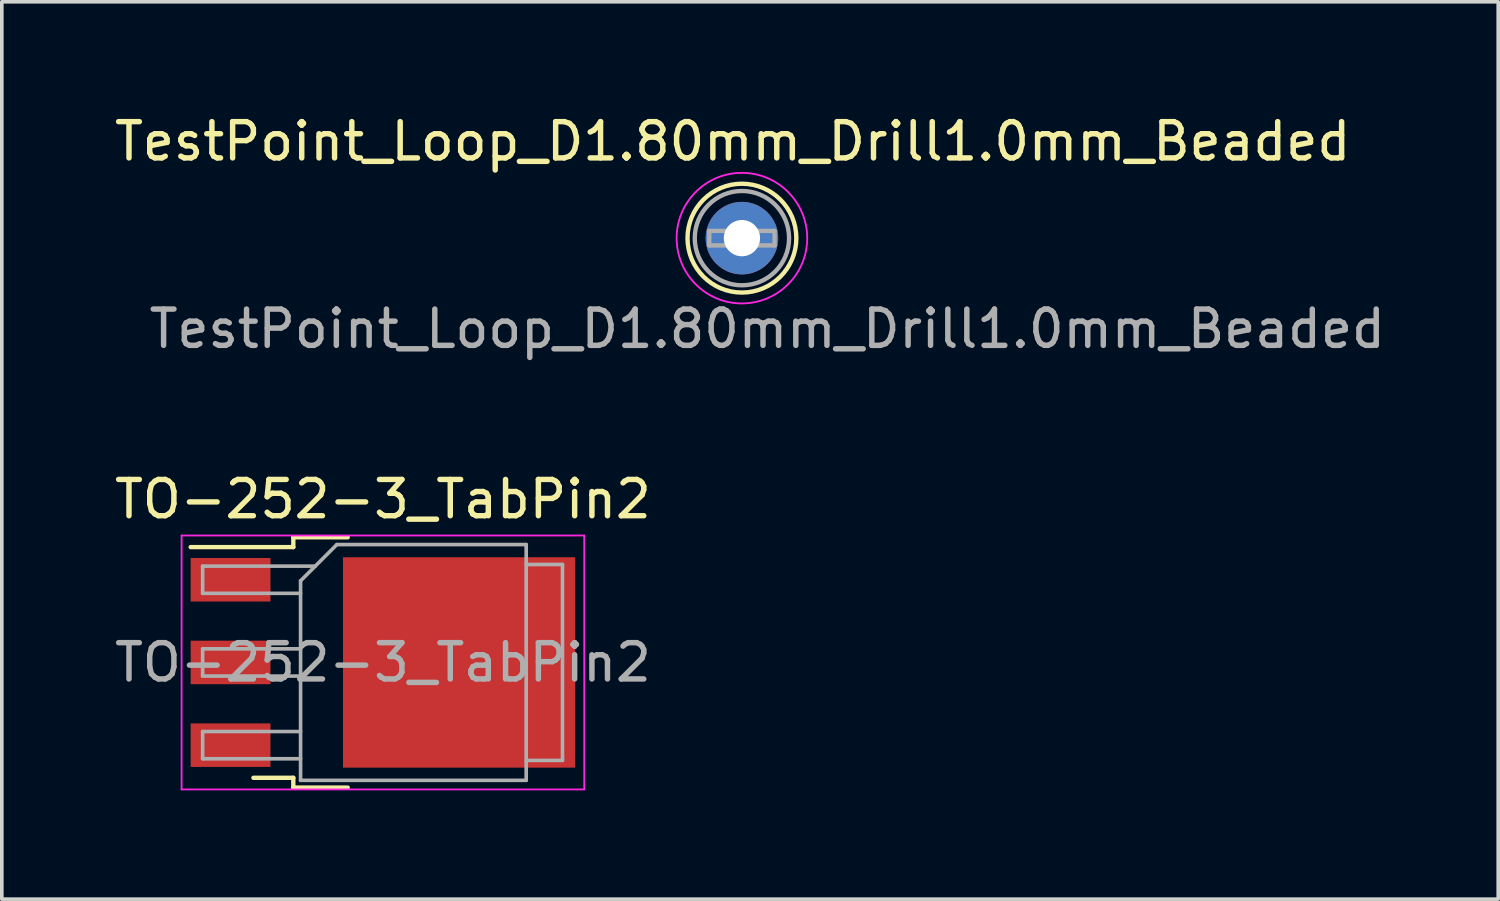
<source format=kicad_pcb>
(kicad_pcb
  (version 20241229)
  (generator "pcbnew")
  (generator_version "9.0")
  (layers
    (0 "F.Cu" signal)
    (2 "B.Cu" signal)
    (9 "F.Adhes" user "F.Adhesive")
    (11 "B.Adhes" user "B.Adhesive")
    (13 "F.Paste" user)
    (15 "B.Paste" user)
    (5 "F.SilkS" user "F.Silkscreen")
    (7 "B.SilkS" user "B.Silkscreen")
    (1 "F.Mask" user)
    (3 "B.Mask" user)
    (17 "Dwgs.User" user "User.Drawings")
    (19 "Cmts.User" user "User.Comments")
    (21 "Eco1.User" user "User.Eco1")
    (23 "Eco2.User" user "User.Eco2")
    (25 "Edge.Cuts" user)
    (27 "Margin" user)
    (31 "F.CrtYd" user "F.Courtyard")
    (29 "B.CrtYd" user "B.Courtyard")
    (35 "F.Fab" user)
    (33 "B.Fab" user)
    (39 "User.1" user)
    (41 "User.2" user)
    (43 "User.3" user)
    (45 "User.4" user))
  (footprint "TO-252-3_TabPin2"
    (layer "F.Cu")
    (at 7.506 15.212)
    (property "Reference" "TO-252-3_TabPin2" (at 0 -4.5 0) (layer "F.SilkS") (effects (font (size 1 1) (thickness 0.15))))
    (attr smd)
    (fp_line (start -2.47 -3.45) (end -2.47 -3.18) (stroke (width 0.12) (type solid)) (layer "F.SilkS"))
    (fp_line (start -2.47 -3.18) (end -5.3 -3.18) (stroke (width 0.12) (type solid)) (layer "F.SilkS"))
    (fp_line (start -2.47 3.18) (end -3.57 3.18) (stroke (width 0.12) (type solid)) (layer "F.SilkS"))
    (fp_line (start -2.47 3.45) (end -2.47 3.18) (stroke (width 0.12) (type solid)) (layer "F.SilkS"))
    (fp_line (start -0.97 -3.45) (end -2.47 -3.45) (stroke (width 0.12) (type solid)) (layer "F.SilkS"))
    (fp_line (start -0.97 3.45) (end -2.47 3.45) (stroke (width 0.12) (type solid)) (layer "F.SilkS"))
    (fp_line (start -5.55 -3.5) (end -5.55 3.5) (stroke (width 0.05) (type solid)) (layer "F.CrtYd"))
    (fp_line (start -5.55 3.5) (end 5.55 3.5) (stroke (width 0.05) (type solid)) (layer "F.CrtYd"))
    (fp_line (start 5.55 -3.5) (end -5.55 -3.5) (stroke (width 0.05) (type solid)) (layer "F.CrtYd"))
    (fp_line (start 5.55 3.5) (end 5.55 -3.5) (stroke (width 0.05) (type solid)) (layer "F.CrtYd"))
    (fp_line (start -4.97 -2.655) (end -4.97 -1.905) (stroke (width 0.1) (type solid)) (layer "F.Fab"))
    (fp_line (start -4.97 -1.905) (end -2.27 -1.905) (stroke (width 0.1) (type solid)) (layer "F.Fab"))
    (fp_line (start -4.97 -0.375) (end -4.97 0.375) (stroke (width 0.1) (type solid)) (layer "F.Fab"))
    (fp_line (start -4.97 0.375) (end -2.27 0.375) (stroke (width 0.1) (type solid)) (layer "F.Fab"))
    (fp_line (start -4.97 1.905) (end -4.97 2.655) (stroke (width 0.1) (type solid)) (layer "F.Fab"))
    (fp_line (start -4.97 2.655) (end -2.27 2.655) (stroke (width 0.1) (type solid)) (layer "F.Fab"))
    (fp_line (start -2.27 -2.25) (end -1.27 -3.25) (stroke (width 0.1) (type solid)) (layer "F.Fab"))
    (fp_line (start -2.27 -0.375) (end -4.97 -0.375) (stroke (width 0.1) (type solid)) (layer "F.Fab"))
    (fp_line (start -2.27 1.905) (end -4.97 1.905) (stroke (width 0.1) (type solid)) (layer "F.Fab"))
    (fp_line (start -2.27 3.25) (end -2.27 -2.25) (stroke (width 0.1) (type solid)) (layer "F.Fab"))
    (fp_line (start -1.865 -2.655) (end -4.97 -2.655) (stroke (width 0.1) (type solid)) (layer "F.Fab"))
    (fp_line (start -1.27 -3.25) (end 3.95 -3.25) (stroke (width 0.1) (type solid)) (layer "F.Fab"))
    (fp_line (start 3.95 -3.25) (end 3.95 3.25) (stroke (width 0.1) (type solid)) (layer "F.Fab"))
    (fp_line (start 3.95 -2.7) (end 4.95 -2.7) (stroke (width 0.1) (type solid)) (layer "F.Fab"))
    (fp_line (start 3.95 3.25) (end -2.27 3.25) (stroke (width 0.1) (type solid)) (layer "F.Fab"))
    (fp_line (start 4.95 -2.7) (end 4.95 2.7) (stroke (width 0.1) (type solid)) (layer "F.Fab"))
    (fp_line (start 4.95 2.7) (end 3.95 2.7) (stroke (width 0.1) (type solid)) (layer "F.Fab"))
    (fp_text user "${REFERENCE}" (at 0 0 0) (layer "F.Fab") (effects (font (size 1 1) (thickness 0.15))))
    (pad "" smd rect (at 0.425 -1.525) (size 3.05 2.75) (layers "F.Paste"))
    (pad "" smd rect (at 0.425 1.525) (size 3.05 2.75) (layers "F.Paste"))
    (pad "" smd rect (at 3.775 -1.525) (size 3.05 2.75) (layers "F.Paste"))
    (pad "" smd rect (at 3.775 1.525) (size 3.05 2.75) (layers "F.Paste"))
    (pad "1" smd rect (at -4.2 -2.28) (size 2.2 1.2) (layers "F.Cu" "F.Mask" "F.Paste"))
    (pad "2" smd rect (at -4.2 0) (size 2.2 1.2) (layers "F.Cu" "F.Mask" "F.Paste"))
    (pad "2" smd rect (at 2.1 0) (size 6.4 5.8) (layers "F.Cu" "F.Mask"))
    (pad "3" smd rect (at -4.2 2.28) (size 2.2 1.2) (layers "F.Cu" "F.Mask" "F.Paste")))
  (footprint "TestPoint_Loop_D1.80mm_Drill1.0mm_Beaded"
    (layer "F.Cu")
    (at 17.403 3.515)
    (property "Reference" "TestPoint_Loop_D1.80mm_Drill1.0mm_Beaded" (at -0.254 -2.667 0) (layer "F.SilkS") (effects (font (size 1 1) (thickness 0.15))))
    (attr through_hole)
    (fp_circle (center 0 0) (end 1.5 0) (stroke (width 0.12) (type solid)) (fill no) (layer "F.SilkS"))
    (fp_circle (center 0 0) (end 1.8 0) (stroke (width 0.05) (type solid)) (fill no) (layer "F.CrtYd"))
    (fp_line (start -0.9 -0.2) (end 0.9 -0.2) (stroke (width 0.12) (type solid)) (layer "F.Fab"))
    (fp_line (start -0.9 0.2) (end -0.9 -0.2) (stroke (width 0.12) (type solid)) (layer "F.Fab"))
    (fp_line (start 0.9 -0.2) (end 0.9 0.2) (stroke (width 0.12) (type solid)) (layer "F.Fab"))
    (fp_line (start 0.9 0.2) (end -0.9 0.2) (stroke (width 0.12) (type solid)) (layer "F.Fab"))
    (fp_circle (center 0 0) (end 1.3 0) (stroke (width 0.12) (type solid)) (fill no) (layer "F.Fab"))
    (fp_text user "${REFERENCE}" (at 0.7 2.5 0) (layer "F.Fab") (effects (font (size 1 1) (thickness 0.15))))
    (pad "1" thru_hole circle (at 0 0) (size 2 2) (drill 1) (layers "*.Cu" "*.Mask")))
  (gr_rect
    (start -3 -3)
    (end 38.252 21.737)
    (stroke (width 0.1) (type default))
    (fill no)
    (layer "Edge.Cuts")))
</source>
